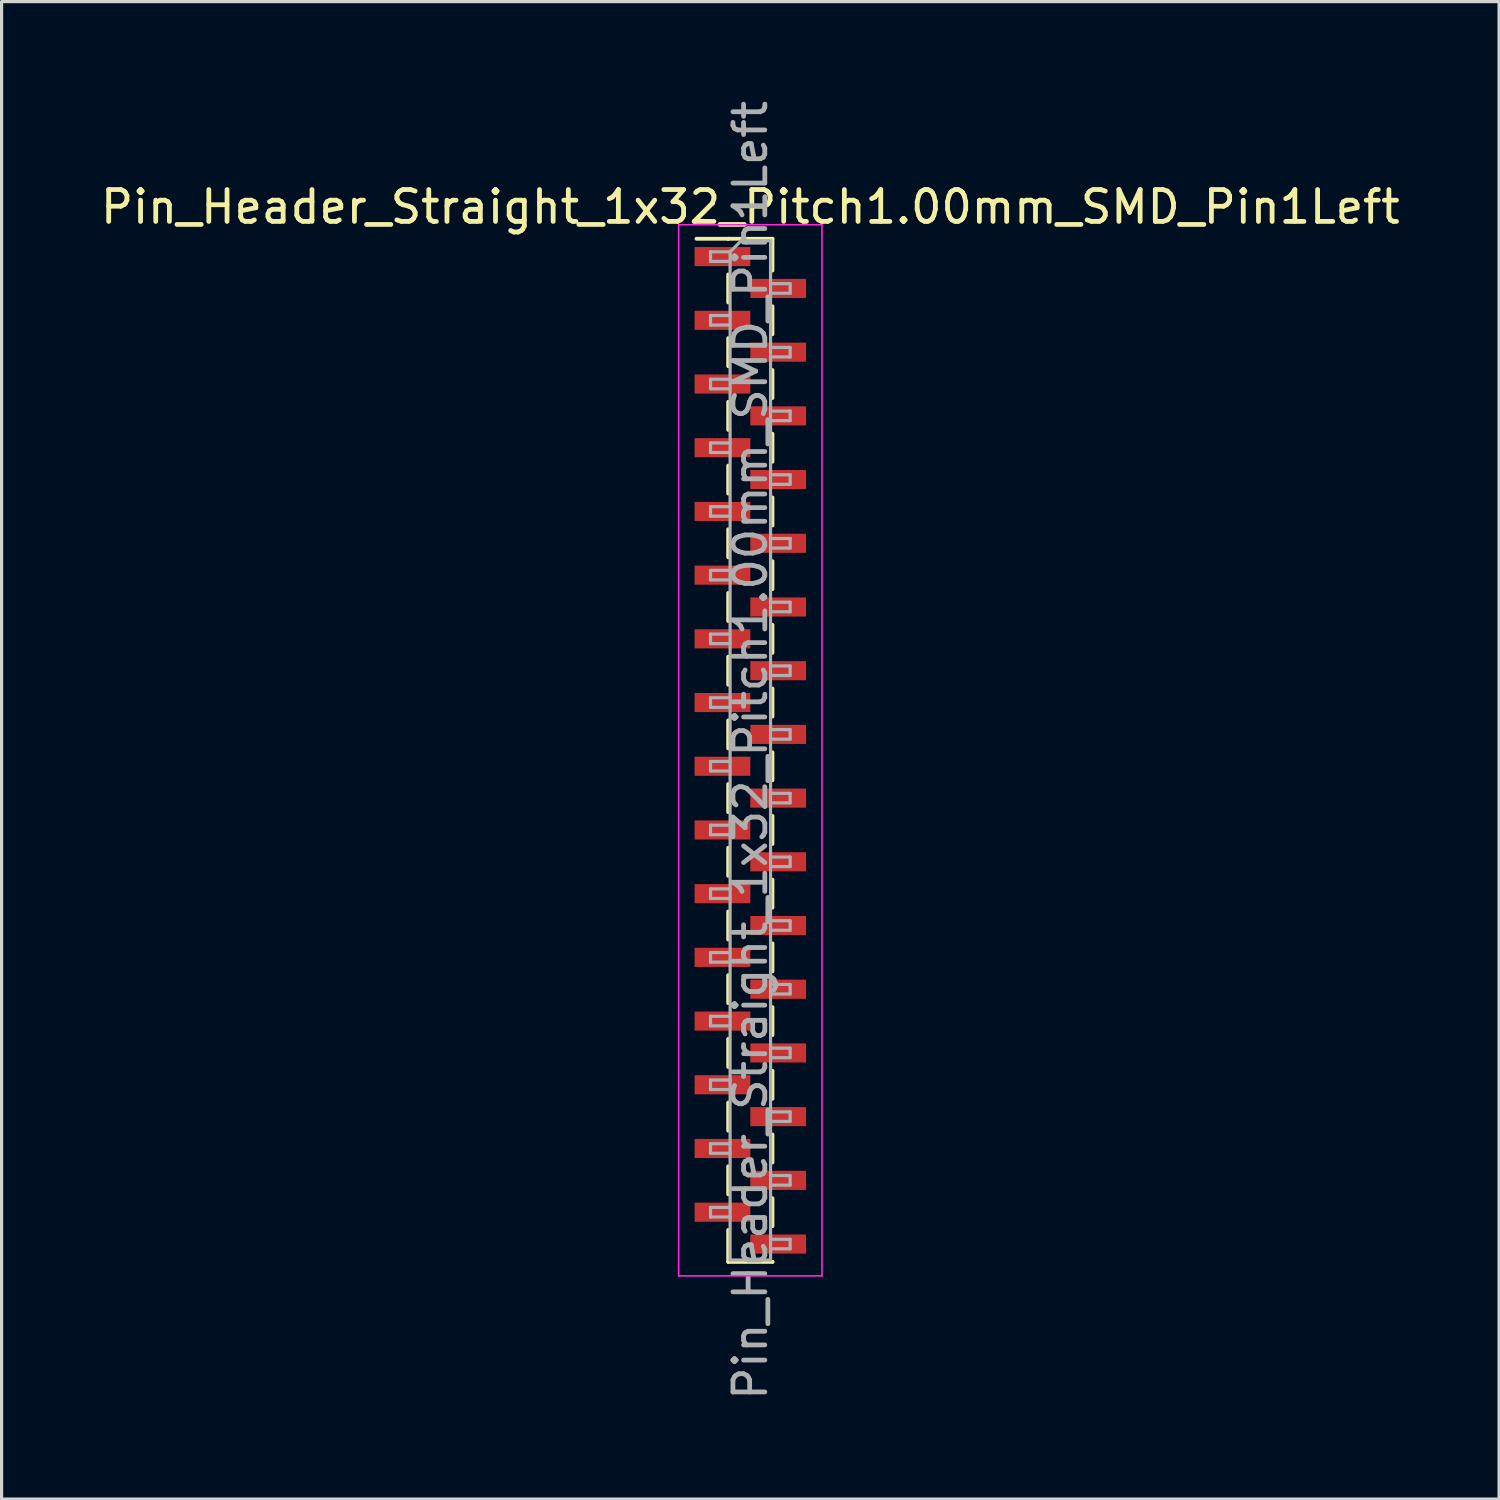
<source format=kicad_pcb>
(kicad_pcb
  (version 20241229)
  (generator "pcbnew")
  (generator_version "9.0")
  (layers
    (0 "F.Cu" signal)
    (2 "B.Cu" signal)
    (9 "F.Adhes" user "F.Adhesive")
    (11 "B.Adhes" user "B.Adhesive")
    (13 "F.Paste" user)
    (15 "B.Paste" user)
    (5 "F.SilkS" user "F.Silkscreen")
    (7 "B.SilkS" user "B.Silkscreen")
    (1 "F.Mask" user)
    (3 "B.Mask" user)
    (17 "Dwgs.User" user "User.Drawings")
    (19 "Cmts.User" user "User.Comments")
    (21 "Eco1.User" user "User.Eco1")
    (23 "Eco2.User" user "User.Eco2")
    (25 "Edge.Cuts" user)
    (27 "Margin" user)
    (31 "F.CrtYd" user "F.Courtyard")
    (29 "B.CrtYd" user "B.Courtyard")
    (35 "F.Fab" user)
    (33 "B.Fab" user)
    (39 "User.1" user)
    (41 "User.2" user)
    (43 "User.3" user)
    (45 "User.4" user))
  (footprint "Pin_Header_Straight_1x32_Pitch1.00mm_SMD_Pin1Left"
    (layer "F.Cu")
    (at 20.506 20.506)
    (property "Reference" "Pin_Header_Straight_1x32_Pitch1.00mm_SMD_Pin1Left" (at 0 -17.06 0) (layer "F.SilkS") (effects (font (size 1 1) (thickness 0.15))))
    (attr smd)
    (fp_line (start -0.695 -16.06) (end -1.69 -16.06) (stroke (width 0.12) (type solid)) (layer "F.SilkS"))
    (fp_line (start -0.695 -16.06) (end -0.695 -16.06) (stroke (width 0.12) (type solid)) (layer "F.SilkS"))
    (fp_line (start -0.695 -16.06) (end 0.695 -16.06) (stroke (width 0.12) (type solid)) (layer "F.SilkS"))
    (fp_line (start -0.695 -14.94) (end -0.695 -14.06) (stroke (width 0.12) (type solid)) (layer "F.SilkS"))
    (fp_line (start -0.695 -12.94) (end -0.695 -12.06) (stroke (width 0.12) (type solid)) (layer "F.SilkS"))
    (fp_line (start -0.695 -10.94) (end -0.695 -10.06) (stroke (width 0.12) (type solid)) (layer "F.SilkS"))
    (fp_line (start -0.695 -8.94) (end -0.695 -8.06) (stroke (width 0.12) (type solid)) (layer "F.SilkS"))
    (fp_line (start -0.695 -6.94) (end -0.695 -6.06) (stroke (width 0.12) (type solid)) (layer "F.SilkS"))
    (fp_line (start -0.695 -4.94) (end -0.695 -4.06) (stroke (width 0.12) (type solid)) (layer "F.SilkS"))
    (fp_line (start -0.695 -2.94) (end -0.695 -2.06) (stroke (width 0.12) (type solid)) (layer "F.SilkS"))
    (fp_line (start -0.695 -0.94) (end -0.695 -0.06) (stroke (width 0.12) (type solid)) (layer "F.SilkS"))
    (fp_line (start -0.695 1.06) (end -0.695 1.94) (stroke (width 0.12) (type solid)) (layer "F.SilkS"))
    (fp_line (start -0.695 3.06) (end -0.695 3.94) (stroke (width 0.12) (type solid)) (layer "F.SilkS"))
    (fp_line (start -0.695 5.06) (end -0.695 5.94) (stroke (width 0.12) (type solid)) (layer "F.SilkS"))
    (fp_line (start -0.695 7.06) (end -0.695 7.94) (stroke (width 0.12) (type solid)) (layer "F.SilkS"))
    (fp_line (start -0.695 9.06) (end -0.695 9.94) (stroke (width 0.12) (type solid)) (layer "F.SilkS"))
    (fp_line (start -0.695 11.06) (end -0.695 11.94) (stroke (width 0.12) (type solid)) (layer "F.SilkS"))
    (fp_line (start -0.695 13.06) (end -0.695 13.94) (stroke (width 0.12) (type solid)) (layer "F.SilkS"))
    (fp_line (start -0.695 15.06) (end -0.695 16.06) (stroke (width 0.12) (type solid)) (layer "F.SilkS"))
    (fp_line (start -0.695 16.06) (end 0.695 16.06) (stroke (width 0.12) (type solid)) (layer "F.SilkS"))
    (fp_line (start 0.695 -16.06) (end 0.695 -15.06) (stroke (width 0.12) (type solid)) (layer "F.SilkS"))
    (fp_line (start 0.695 -13.94) (end 0.695 -13.06) (stroke (width 0.12) (type solid)) (layer "F.SilkS"))
    (fp_line (start 0.695 -11.94) (end 0.695 -11.06) (stroke (width 0.12) (type solid)) (layer "F.SilkS"))
    (fp_line (start 0.695 -9.94) (end 0.695 -9.06) (stroke (width 0.12) (type solid)) (layer "F.SilkS"))
    (fp_line (start 0.695 -7.94) (end 0.695 -7.06) (stroke (width 0.12) (type solid)) (layer "F.SilkS"))
    (fp_line (start 0.695 -5.94) (end 0.695 -5.06) (stroke (width 0.12) (type solid)) (layer "F.SilkS"))
    (fp_line (start 0.695 -3.94) (end 0.695 -3.06) (stroke (width 0.12) (type solid)) (layer "F.SilkS"))
    (fp_line (start 0.695 -1.94) (end 0.695 -1.06) (stroke (width 0.12) (type solid)) (layer "F.SilkS"))
    (fp_line (start 0.695 0.06) (end 0.695 0.94) (stroke (width 0.12) (type solid)) (layer "F.SilkS"))
    (fp_line (start 0.695 2.06) (end 0.695 2.94) (stroke (width 0.12) (type solid)) (layer "F.SilkS"))
    (fp_line (start 0.695 4.06) (end 0.695 4.94) (stroke (width 0.12) (type solid)) (layer "F.SilkS"))
    (fp_line (start 0.695 6.06) (end 0.695 6.94) (stroke (width 0.12) (type solid)) (layer "F.SilkS"))
    (fp_line (start 0.695 8.06) (end 0.695 8.94) (stroke (width 0.12) (type solid)) (layer "F.SilkS"))
    (fp_line (start 0.695 10.06) (end 0.695 10.94) (stroke (width 0.12) (type solid)) (layer "F.SilkS"))
    (fp_line (start 0.695 12.06) (end 0.695 12.94) (stroke (width 0.12) (type solid)) (layer "F.SilkS"))
    (fp_line (start 0.695 14.06) (end 0.695 14.94) (stroke (width 0.12) (type solid)) (layer "F.SilkS"))
    (fp_line (start 0.695 16.06) (end 0.695 16.06) (stroke (width 0.12) (type solid)) (layer "F.SilkS"))
    (fp_line (start -2.25 -16.5) (end -2.25 16.5) (stroke (width 0.05) (type solid)) (layer "F.CrtYd"))
    (fp_line (start -2.25 16.5) (end 2.25 16.5) (stroke (width 0.05) (type solid)) (layer "F.CrtYd"))
    (fp_line (start 2.25 -16.5) (end -2.25 -16.5) (stroke (width 0.05) (type solid)) (layer "F.CrtYd"))
    (fp_line (start 2.25 16.5) (end 2.25 -16.5) (stroke (width 0.05) (type solid)) (layer "F.CrtYd"))
    (fp_line (start -1.25 -15.65) (end -1.25 -15.35) (stroke (width 0.1) (type solid)) (layer "F.Fab"))
    (fp_line (start -1.25 -15.35) (end -0.635 -15.35) (stroke (width 0.1) (type solid)) (layer "F.Fab"))
    (fp_line (start -1.25 -13.65) (end -1.25 -13.35) (stroke (width 0.1) (type solid)) (layer "F.Fab"))
    (fp_line (start -1.25 -13.35) (end -0.635 -13.35) (stroke (width 0.1) (type solid)) (layer "F.Fab"))
    (fp_line (start -1.25 -11.65) (end -1.25 -11.35) (stroke (width 0.1) (type solid)) (layer "F.Fab"))
    (fp_line (start -1.25 -11.35) (end -0.635 -11.35) (stroke (width 0.1) (type solid)) (layer "F.Fab"))
    (fp_line (start -1.25 -9.65) (end -1.25 -9.35) (stroke (width 0.1) (type solid)) (layer "F.Fab"))
    (fp_line (start -1.25 -9.35) (end -0.635 -9.35) (stroke (width 0.1) (type solid)) (layer "F.Fab"))
    (fp_line (start -1.25 -7.65) (end -1.25 -7.35) (stroke (width 0.1) (type solid)) (layer "F.Fab"))
    (fp_line (start -1.25 -7.35) (end -0.635 -7.35) (stroke (width 0.1) (type solid)) (layer "F.Fab"))
    (fp_line (start -1.25 -5.65) (end -1.25 -5.35) (stroke (width 0.1) (type solid)) (layer "F.Fab"))
    (fp_line (start -1.25 -5.35) (end -0.635 -5.35) (stroke (width 0.1) (type solid)) (layer "F.Fab"))
    (fp_line (start -1.25 -3.65) (end -1.25 -3.35) (stroke (width 0.1) (type solid)) (layer "F.Fab"))
    (fp_line (start -1.25 -3.35) (end -0.635 -3.35) (stroke (width 0.1) (type solid)) (layer "F.Fab"))
    (fp_line (start -1.25 -1.65) (end -1.25 -1.35) (stroke (width 0.1) (type solid)) (layer "F.Fab"))
    (fp_line (start -1.25 -1.35) (end -0.635 -1.35) (stroke (width 0.1) (type solid)) (layer "F.Fab"))
    (fp_line (start -1.25 0.35) (end -1.25 0.65) (stroke (width 0.1) (type solid)) (layer "F.Fab"))
    (fp_line (start -1.25 0.65) (end -0.635 0.65) (stroke (width 0.1) (type solid)) (layer "F.Fab"))
    (fp_line (start -1.25 2.35) (end -1.25 2.65) (stroke (width 0.1) (type solid)) (layer "F.Fab"))
    (fp_line (start -1.25 2.65) (end -0.635 2.65) (stroke (width 0.1) (type solid)) (layer "F.Fab"))
    (fp_line (start -1.25 4.35) (end -1.25 4.65) (stroke (width 0.1) (type solid)) (layer "F.Fab"))
    (fp_line (start -1.25 4.65) (end -0.635 4.65) (stroke (width 0.1) (type solid)) (layer "F.Fab"))
    (fp_line (start -1.25 6.35) (end -1.25 6.65) (stroke (width 0.1) (type solid)) (layer "F.Fab"))
    (fp_line (start -1.25 6.65) (end -0.635 6.65) (stroke (width 0.1) (type solid)) (layer "F.Fab"))
    (fp_line (start -1.25 8.35) (end -1.25 8.65) (stroke (width 0.1) (type solid)) (layer "F.Fab"))
    (fp_line (start -1.25 8.65) (end -0.635 8.65) (stroke (width 0.1) (type solid)) (layer "F.Fab"))
    (fp_line (start -1.25 10.35) (end -1.25 10.65) (stroke (width 0.1) (type solid)) (layer "F.Fab"))
    (fp_line (start -1.25 10.65) (end -0.635 10.65) (stroke (width 0.1) (type solid)) (layer "F.Fab"))
    (fp_line (start -1.25 12.35) (end -1.25 12.65) (stroke (width 0.1) (type solid)) (layer "F.Fab"))
    (fp_line (start -1.25 12.65) (end -0.635 12.65) (stroke (width 0.1) (type solid)) (layer "F.Fab"))
    (fp_line (start -1.25 14.35) (end -1.25 14.65) (stroke (width 0.1) (type solid)) (layer "F.Fab"))
    (fp_line (start -1.25 14.65) (end -0.635 14.65) (stroke (width 0.1) (type solid)) (layer "F.Fab"))
    (fp_line (start -0.635 -15.65) (end -1.25 -15.65) (stroke (width 0.1) (type solid)) (layer "F.Fab"))
    (fp_line (start -0.635 -15.65) (end -0.285 -16) (stroke (width 0.1) (type solid)) (layer "F.Fab"))
    (fp_line (start -0.635 -13.65) (end -1.25 -13.65) (stroke (width 0.1) (type solid)) (layer "F.Fab"))
    (fp_line (start -0.635 -11.65) (end -1.25 -11.65) (stroke (width 0.1) (type solid)) (layer "F.Fab"))
    (fp_line (start -0.635 -9.65) (end -1.25 -9.65) (stroke (width 0.1) (type solid)) (layer "F.Fab"))
    (fp_line (start -0.635 -7.65) (end -1.25 -7.65) (stroke (width 0.1) (type solid)) (layer "F.Fab"))
    (fp_line (start -0.635 -5.65) (end -1.25 -5.65) (stroke (width 0.1) (type solid)) (layer "F.Fab"))
    (fp_line (start -0.635 -3.65) (end -1.25 -3.65) (stroke (width 0.1) (type solid)) (layer "F.Fab"))
    (fp_line (start -0.635 -1.65) (end -1.25 -1.65) (stroke (width 0.1) (type solid)) (layer "F.Fab"))
    (fp_line (start -0.635 0.35) (end -1.25 0.35) (stroke (width 0.1) (type solid)) (layer "F.Fab"))
    (fp_line (start -0.635 2.35) (end -1.25 2.35) (stroke (width 0.1) (type solid)) (layer "F.Fab"))
    (fp_line (start -0.635 4.35) (end -1.25 4.35) (stroke (width 0.1) (type solid)) (layer "F.Fab"))
    (fp_line (start -0.635 6.35) (end -1.25 6.35) (stroke (width 0.1) (type solid)) (layer "F.Fab"))
    (fp_line (start -0.635 8.35) (end -1.25 8.35) (stroke (width 0.1) (type solid)) (layer "F.Fab"))
    (fp_line (start -0.635 10.35) (end -1.25 10.35) (stroke (width 0.1) (type solid)) (layer "F.Fab"))
    (fp_line (start -0.635 12.35) (end -1.25 12.35) (stroke (width 0.1) (type solid)) (layer "F.Fab"))
    (fp_line (start -0.635 14.35) (end -1.25 14.35) (stroke (width 0.1) (type solid)) (layer "F.Fab"))
    (fp_line (start -0.635 16) (end -0.635 -15.65) (stroke (width 0.1) (type solid)) (layer "F.Fab"))
    (fp_line (start -0.285 -16) (end 0.635 -16) (stroke (width 0.1) (type solid)) (layer "F.Fab"))
    (fp_line (start 0.635 -16) (end 0.635 16) (stroke (width 0.1) (type solid)) (layer "F.Fab"))
    (fp_line (start 0.635 -14.65) (end 1.25 -14.65) (stroke (width 0.1) (type solid)) (layer "F.Fab"))
    (fp_line (start 0.635 -12.65) (end 1.25 -12.65) (stroke (width 0.1) (type solid)) (layer "F.Fab"))
    (fp_line (start 0.635 -10.65) (end 1.25 -10.65) (stroke (width 0.1) (type solid)) (layer "F.Fab"))
    (fp_line (start 0.635 -8.65) (end 1.25 -8.65) (stroke (width 0.1) (type solid)) (layer "F.Fab"))
    (fp_line (start 0.635 -6.65) (end 1.25 -6.65) (stroke (width 0.1) (type solid)) (layer "F.Fab"))
    (fp_line (start 0.635 -4.65) (end 1.25 -4.65) (stroke (width 0.1) (type solid)) (layer "F.Fab"))
    (fp_line (start 0.635 -2.65) (end 1.25 -2.65) (stroke (width 0.1) (type solid)) (layer "F.Fab"))
    (fp_line (start 0.635 -0.65) (end 1.25 -0.65) (stroke (width 0.1) (type solid)) (layer "F.Fab"))
    (fp_line (start 0.635 1.35) (end 1.25 1.35) (stroke (width 0.1) (type solid)) (layer "F.Fab"))
    (fp_line (start 0.635 3.35) (end 1.25 3.35) (stroke (width 0.1) (type solid)) (layer "F.Fab"))
    (fp_line (start 0.635 5.35) (end 1.25 5.35) (stroke (width 0.1) (type solid)) (layer "F.Fab"))
    (fp_line (start 0.635 7.35) (end 1.25 7.35) (stroke (width 0.1) (type solid)) (layer "F.Fab"))
    (fp_line (start 0.635 9.35) (end 1.25 9.35) (stroke (width 0.1) (type solid)) (layer "F.Fab"))
    (fp_line (start 0.635 11.35) (end 1.25 11.35) (stroke (width 0.1) (type solid)) (layer "F.Fab"))
    (fp_line (start 0.635 13.35) (end 1.25 13.35) (stroke (width 0.1) (type solid)) (layer "F.Fab"))
    (fp_line (start 0.635 15.35) (end 1.25 15.35) (stroke (width 0.1) (type solid)) (layer "F.Fab"))
    (fp_line (start 0.635 16) (end -0.635 16) (stroke (width 0.1) (type solid)) (layer "F.Fab"))
    (fp_line (start 1.25 -14.65) (end 1.25 -14.35) (stroke (width 0.1) (type solid)) (layer "F.Fab"))
    (fp_line (start 1.25 -14.35) (end 0.635 -14.35) (stroke (width 0.1) (type solid)) (layer "F.Fab"))
    (fp_line (start 1.25 -12.65) (end 1.25 -12.35) (stroke (width 0.1) (type solid)) (layer "F.Fab"))
    (fp_line (start 1.25 -12.35) (end 0.635 -12.35) (stroke (width 0.1) (type solid)) (layer "F.Fab"))
    (fp_line (start 1.25 -10.65) (end 1.25 -10.35) (stroke (width 0.1) (type solid)) (layer "F.Fab"))
    (fp_line (start 1.25 -10.35) (end 0.635 -10.35) (stroke (width 0.1) (type solid)) (layer "F.Fab"))
    (fp_line (start 1.25 -8.65) (end 1.25 -8.35) (stroke (width 0.1) (type solid)) (layer "F.Fab"))
    (fp_line (start 1.25 -8.35) (end 0.635 -8.35) (stroke (width 0.1) (type solid)) (layer "F.Fab"))
    (fp_line (start 1.25 -6.65) (end 1.25 -6.35) (stroke (width 0.1) (type solid)) (layer "F.Fab"))
    (fp_line (start 1.25 -6.35) (end 0.635 -6.35) (stroke (width 0.1) (type solid)) (layer "F.Fab"))
    (fp_line (start 1.25 -4.65) (end 1.25 -4.35) (stroke (width 0.1) (type solid)) (layer "F.Fab"))
    (fp_line (start 1.25 -4.35) (end 0.635 -4.35) (stroke (width 0.1) (type solid)) (layer "F.Fab"))
    (fp_line (start 1.25 -2.65) (end 1.25 -2.35) (stroke (width 0.1) (type solid)) (layer "F.Fab"))
    (fp_line (start 1.25 -2.35) (end 0.635 -2.35) (stroke (width 0.1) (type solid)) (layer "F.Fab"))
    (fp_line (start 1.25 -0.65) (end 1.25 -0.35) (stroke (width 0.1) (type solid)) (layer "F.Fab"))
    (fp_line (start 1.25 -0.35) (end 0.635 -0.35) (stroke (width 0.1) (type solid)) (layer "F.Fab"))
    (fp_line (start 1.25 1.35) (end 1.25 1.65) (stroke (width 0.1) (type solid)) (layer "F.Fab"))
    (fp_line (start 1.25 1.65) (end 0.635 1.65) (stroke (width 0.1) (type solid)) (layer "F.Fab"))
    (fp_line (start 1.25 3.35) (end 1.25 3.65) (stroke (width 0.1) (type solid)) (layer "F.Fab"))
    (fp_line (start 1.25 3.65) (end 0.635 3.65) (stroke (width 0.1) (type solid)) (layer "F.Fab"))
    (fp_line (start 1.25 5.35) (end 1.25 5.65) (stroke (width 0.1) (type solid)) (layer "F.Fab"))
    (fp_line (start 1.25 5.65) (end 0.635 5.65) (stroke (width 0.1) (type solid)) (layer "F.Fab"))
    (fp_line (start 1.25 7.35) (end 1.25 7.65) (stroke (width 0.1) (type solid)) (layer "F.Fab"))
    (fp_line (start 1.25 7.65) (end 0.635 7.65) (stroke (width 0.1) (type solid)) (layer "F.Fab"))
    (fp_line (start 1.25 9.35) (end 1.25 9.65) (stroke (width 0.1) (type solid)) (layer "F.Fab"))
    (fp_line (start 1.25 9.65) (end 0.635 9.65) (stroke (width 0.1) (type solid)) (layer "F.Fab"))
    (fp_line (start 1.25 11.35) (end 1.25 11.65) (stroke (width 0.1) (type solid)) (layer "F.Fab"))
    (fp_line (start 1.25 11.65) (end 0.635 11.65) (stroke (width 0.1) (type solid)) (layer "F.Fab"))
    (fp_line (start 1.25 13.35) (end 1.25 13.65) (stroke (width 0.1) (type solid)) (layer "F.Fab"))
    (fp_line (start 1.25 13.65) (end 0.635 13.65) (stroke (width 0.1) (type solid)) (layer "F.Fab"))
    (fp_line (start 1.25 15.35) (end 1.25 15.65) (stroke (width 0.1) (type solid)) (layer "F.Fab"))
    (fp_line (start 1.25 15.65) (end 0.635 15.65) (stroke (width 0.1) (type solid)) (layer "F.Fab"))
    (fp_text user "${REFERENCE}" (at 0 0 90) (layer "F.Fab") (effects (font (size 1 1) (thickness 0.15))))
    (pad "1" smd rect (at -0.875 -15.5) (size 1.75 0.6) (layers "F.Cu" "F.Mask" "F.Paste"))
    (pad "2" smd rect (at 0.875 -14.5) (size 1.75 0.6) (layers "F.Cu" "F.Mask" "F.Paste"))
    (pad "3" smd rect (at -0.875 -13.5) (size 1.75 0.6) (layers "F.Cu" "F.Mask" "F.Paste"))
    (pad "4" smd rect (at 0.875 -12.5) (size 1.75 0.6) (layers "F.Cu" "F.Mask" "F.Paste"))
    (pad "5" smd rect (at -0.875 -11.5) (size 1.75 0.6) (layers "F.Cu" "F.Mask" "F.Paste"))
    (pad "6" smd rect (at 0.875 -10.5) (size 1.75 0.6) (layers "F.Cu" "F.Mask" "F.Paste"))
    (pad "7" smd rect (at -0.875 -9.5) (size 1.75 0.6) (layers "F.Cu" "F.Mask" "F.Paste"))
    (pad "8" smd rect (at 0.875 -8.5) (size 1.75 0.6) (layers "F.Cu" "F.Mask" "F.Paste"))
    (pad "9" smd rect (at -0.875 -7.5) (size 1.75 0.6) (layers "F.Cu" "F.Mask" "F.Paste"))
    (pad "10" smd rect (at 0.875 -6.5) (size 1.75 0.6) (layers "F.Cu" "F.Mask" "F.Paste"))
    (pad "11" smd rect (at -0.875 -5.5) (size 1.75 0.6) (layers "F.Cu" "F.Mask" "F.Paste"))
    (pad "12" smd rect (at 0.875 -4.5) (size 1.75 0.6) (layers "F.Cu" "F.Mask" "F.Paste"))
    (pad "13" smd rect (at -0.875 -3.5) (size 1.75 0.6) (layers "F.Cu" "F.Mask" "F.Paste"))
    (pad "14" smd rect (at 0.875 -2.5) (size 1.75 0.6) (layers "F.Cu" "F.Mask" "F.Paste"))
    (pad "15" smd rect (at -0.875 -1.5) (size 1.75 0.6) (layers "F.Cu" "F.Mask" "F.Paste"))
    (pad "16" smd rect (at 0.875 -0.5) (size 1.75 0.6) (layers "F.Cu" "F.Mask" "F.Paste"))
    (pad "17" smd rect (at -0.875 0.5) (size 1.75 0.6) (layers "F.Cu" "F.Mask" "F.Paste"))
    (pad "18" smd rect (at 0.875 1.5) (size 1.75 0.6) (layers "F.Cu" "F.Mask" "F.Paste"))
    (pad "19" smd rect (at -0.875 2.5) (size 1.75 0.6) (layers "F.Cu" "F.Mask" "F.Paste"))
    (pad "20" smd rect (at 0.875 3.5) (size 1.75 0.6) (layers "F.Cu" "F.Mask" "F.Paste"))
    (pad "21" smd rect (at -0.875 4.5) (size 1.75 0.6) (layers "F.Cu" "F.Mask" "F.Paste"))
    (pad "22" smd rect (at 0.875 5.5) (size 1.75 0.6) (layers "F.Cu" "F.Mask" "F.Paste"))
    (pad "23" smd rect (at -0.875 6.5) (size 1.75 0.6) (layers "F.Cu" "F.Mask" "F.Paste"))
    (pad "24" smd rect (at 0.875 7.5) (size 1.75 0.6) (layers "F.Cu" "F.Mask" "F.Paste"))
    (pad "25" smd rect (at -0.875 8.5) (size 1.75 0.6) (layers "F.Cu" "F.Mask" "F.Paste"))
    (pad "26" smd rect (at 0.875 9.5) (size 1.75 0.6) (layers "F.Cu" "F.Mask" "F.Paste"))
    (pad "27" smd rect (at -0.875 10.5) (size 1.75 0.6) (layers "F.Cu" "F.Mask" "F.Paste"))
    (pad "28" smd rect (at 0.875 11.5) (size 1.75 0.6) (layers "F.Cu" "F.Mask" "F.Paste"))
    (pad "29" smd rect (at -0.875 12.5) (size 1.75 0.6) (layers "F.Cu" "F.Mask" "F.Paste"))
    (pad "30" smd rect (at 0.875 13.5) (size 1.75 0.6) (layers "F.Cu" "F.Mask" "F.Paste"))
    (pad "31" smd rect (at -0.875 14.5) (size 1.75 0.6) (layers "F.Cu" "F.Mask" "F.Paste"))
    (pad "32" smd rect (at 0.875 15.5) (size 1.75 0.6) (layers "F.Cu" "F.Mask" "F.Paste")))
  (gr_rect
    (start -3 -3)
    (end 44.012 44.012)
    (stroke (width 0.1) (type default))
    (fill no)
    (layer "Edge.Cuts")))
</source>
